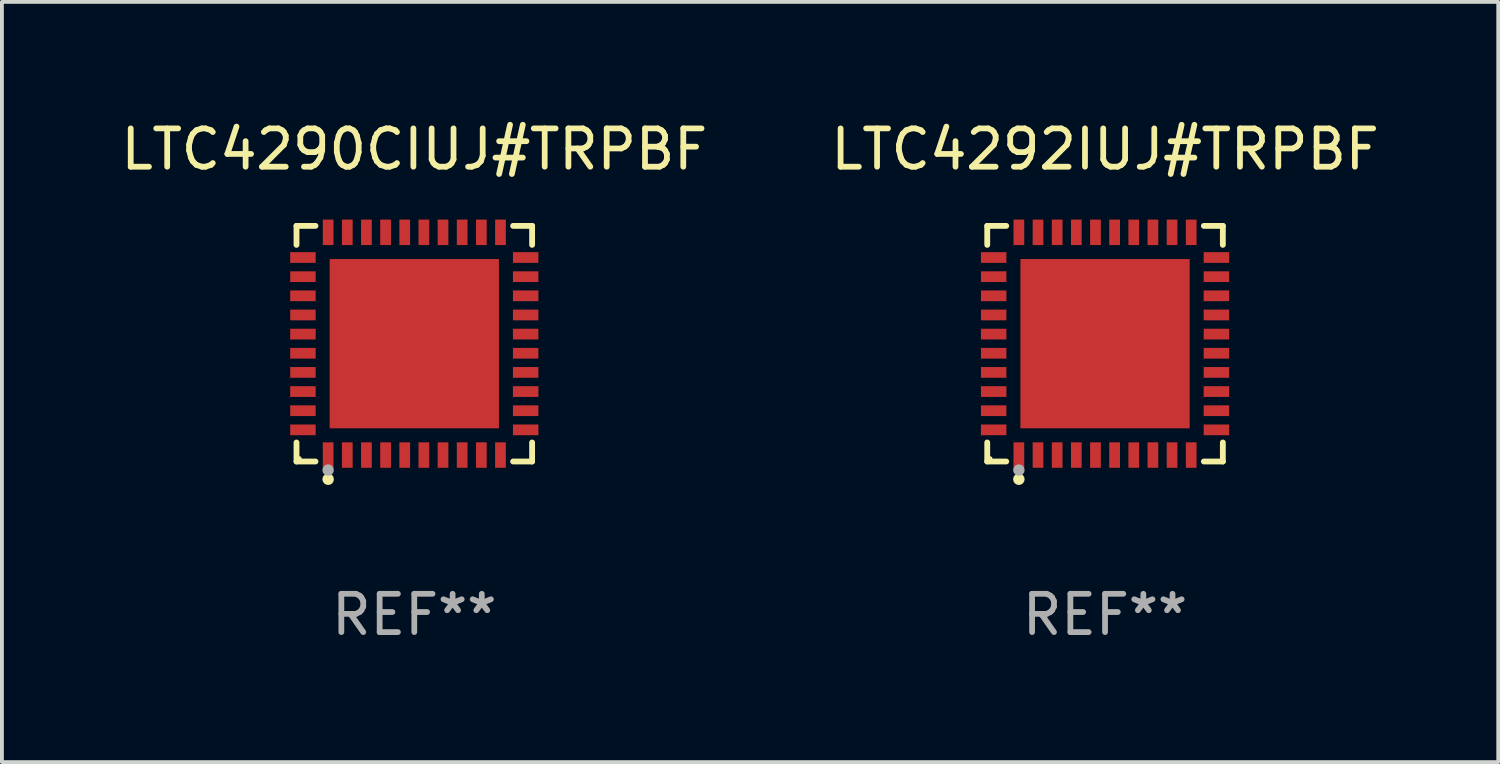
<source format=kicad_pcb>
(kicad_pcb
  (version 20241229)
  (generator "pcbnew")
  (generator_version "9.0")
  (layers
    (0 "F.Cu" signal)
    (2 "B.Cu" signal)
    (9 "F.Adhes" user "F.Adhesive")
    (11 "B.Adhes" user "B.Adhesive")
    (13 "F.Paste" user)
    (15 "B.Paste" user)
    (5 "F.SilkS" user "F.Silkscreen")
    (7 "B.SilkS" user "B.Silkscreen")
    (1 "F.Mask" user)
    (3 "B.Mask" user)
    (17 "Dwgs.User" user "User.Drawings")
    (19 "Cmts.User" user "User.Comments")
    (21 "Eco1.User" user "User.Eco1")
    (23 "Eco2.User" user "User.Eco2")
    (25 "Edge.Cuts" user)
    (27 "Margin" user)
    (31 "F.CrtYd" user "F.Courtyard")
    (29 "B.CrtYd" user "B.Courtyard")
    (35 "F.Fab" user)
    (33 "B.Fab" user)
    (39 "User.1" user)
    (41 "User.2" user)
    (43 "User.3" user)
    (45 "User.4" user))
  (footprint "LTC4290CIUJ#TRPBF"
    (layer "F.Cu")
    (at 7.768 5.924)
    (property "Reference" "LTC4290CIUJ#TRPBF" (at 0 -5.076 0) (layer "F.SilkS") (effects (font (size 1 1) (thickness 0.15))))
    (attr through_hole)
    (fp_line (start -3.076 -3.076) (end -2.58 -3.076) (stroke (width 0.152) (type solid)) (layer "F.SilkS"))
    (fp_line (start -3.076 -2.58) (end -3.076 -3.076) (stroke (width 0.152) (type solid)) (layer "F.SilkS"))
    (fp_line (start -3.076 2.58) (end -3.076 3.076) (stroke (width 0.152) (type solid)) (layer "F.SilkS"))
    (fp_line (start -3.076 3.076) (end -2.58 3.076) (stroke (width 0.152) (type solid)) (layer "F.SilkS"))
    (fp_line (start 3.076 -3.076) (end 2.58 -3.076) (stroke (width 0.152) (type solid)) (layer "F.SilkS"))
    (fp_line (start 3.076 -2.58) (end 3.076 -3.076) (stroke (width 0.152) (type solid)) (layer "F.SilkS"))
    (fp_line (start 3.076 2.58) (end 3.076 3.076) (stroke (width 0.152) (type solid)) (layer "F.SilkS"))
    (fp_line (start 3.076 3.076) (end 2.58 3.076) (stroke (width 0.152) (type solid)) (layer "F.SilkS"))
    (fp_circle (center -3 3) (end -2.97 3) (stroke (width 0.06) (type solid)) (fill no) (layer "F.SilkS"))
    (fp_circle (center -2.25 3.54) (end -2.175 3.54) (stroke (width 0.15) (type solid)) (fill no) (layer "F.SilkS"))
    (fp_circle (center -2.25 3.3) (end -2.175 3.3) (stroke (width 0.15) (type solid)) (fill no) (layer "F.Fab"))
    (fp_text user "REF**" (at 0 7.076 0) (layer "F.Fab") (effects (font (size 1 1) (thickness 0.15))))
    (pad "1" smd rect (at -2.25 2.908) (size 0.28 0.665) (layers "F.Cu" "F.Mask" "F.Paste"))
    (pad "2" smd rect (at -1.75 2.908) (size 0.28 0.665) (layers "F.Cu" "F.Mask" "F.Paste"))
    (pad "3" smd rect (at -1.25 2.908) (size 0.28 0.665) (layers "F.Cu" "F.Mask" "F.Paste"))
    (pad "4" smd rect (at -0.75 2.908) (size 0.28 0.665) (layers "F.Cu" "F.Mask" "F.Paste"))
    (pad "5" smd rect (at -0.25 2.908) (size 0.28 0.665) (layers "F.Cu" "F.Mask" "F.Paste"))
    (pad "6" smd rect (at 0.25 2.908) (size 0.28 0.665) (layers "F.Cu" "F.Mask" "F.Paste"))
    (pad "7" smd rect (at 0.75 2.908) (size 0.28 0.665) (layers "F.Cu" "F.Mask" "F.Paste"))
    (pad "8" smd rect (at 1.25 2.908) (size 0.28 0.665) (layers "F.Cu" "F.Mask" "F.Paste"))
    (pad "9" smd rect (at 1.75 2.908) (size 0.28 0.665) (layers "F.Cu" "F.Mask" "F.Paste"))
    (pad "10" smd rect (at 2.25 2.908) (size 0.28 0.665) (layers "F.Cu" "F.Mask" "F.Paste"))
    (pad "11" smd rect (at 2.908 2.25) (size 0.665 0.28) (layers "F.Cu" "F.Mask" "F.Paste"))
    (pad "12" smd rect (at 2.908 1.75) (size 0.665 0.28) (layers "F.Cu" "F.Mask" "F.Paste"))
    (pad "13" smd rect (at 2.908 1.25) (size 0.665 0.28) (layers "F.Cu" "F.Mask" "F.Paste"))
    (pad "14" smd rect (at 2.908 0.75) (size 0.665 0.28) (layers "F.Cu" "F.Mask" "F.Paste"))
    (pad "15" smd rect (at 2.908 0.25) (size 0.665 0.28) (layers "F.Cu" "F.Mask" "F.Paste"))
    (pad "16" smd rect (at 2.908 -0.25) (size 0.665 0.28) (layers "F.Cu" "F.Mask" "F.Paste"))
    (pad "17" smd rect (at 2.908 -0.75) (size 0.665 0.28) (layers "F.Cu" "F.Mask" "F.Paste"))
    (pad "18" smd rect (at 2.908 -1.25) (size 0.665 0.28) (layers "F.Cu" "F.Mask" "F.Paste"))
    (pad "19" smd rect (at 2.908 -1.75) (size 0.665 0.28) (layers "F.Cu" "F.Mask" "F.Paste"))
    (pad "20" smd rect (at 2.908 -2.25) (size 0.665 0.28) (layers "F.Cu" "F.Mask" "F.Paste"))
    (pad "21" smd rect (at 2.25 -2.908) (size 0.28 0.665) (layers "F.Cu" "F.Mask" "F.Paste"))
    (pad "22" smd rect (at 1.75 -2.908) (size 0.28 0.665) (layers "F.Cu" "F.Mask" "F.Paste"))
    (pad "23" smd rect (at 1.25 -2.908) (size 0.28 0.665) (layers "F.Cu" "F.Mask" "F.Paste"))
    (pad "24" smd rect (at 0.75 -2.908) (size 0.28 0.665) (layers "F.Cu" "F.Mask" "F.Paste"))
    (pad "25" smd rect (at 0.25 -2.908) (size 0.28 0.665) (layers "F.Cu" "F.Mask" "F.Paste"))
    (pad "26" smd rect (at -0.25 -2.908) (size 0.28 0.665) (layers "F.Cu" "F.Mask" "F.Paste"))
    (pad "27" smd rect (at -0.75 -2.908) (size 0.28 0.665) (layers "F.Cu" "F.Mask" "F.Paste"))
    (pad "28" smd rect (at -1.25 -2.908) (size 0.28 0.665) (layers "F.Cu" "F.Mask" "F.Paste"))
    (pad "29" smd rect (at -1.75 -2.908) (size 0.28 0.665) (layers "F.Cu" "F.Mask" "F.Paste"))
    (pad "30" smd rect (at -2.25 -2.908) (size 0.28 0.665) (layers "F.Cu" "F.Mask" "F.Paste"))
    (pad "31" smd rect (at -2.908 -2.25) (size 0.665 0.28) (layers "F.Cu" "F.Mask" "F.Paste"))
    (pad "32" smd rect (at -2.908 -1.75) (size 0.665 0.28) (layers "F.Cu" "F.Mask" "F.Paste"))
    (pad "33" smd rect (at -2.908 -1.25) (size 0.665 0.28) (layers "F.Cu" "F.Mask" "F.Paste"))
    (pad "34" smd rect (at -2.908 -0.75) (size 0.665 0.28) (layers "F.Cu" "F.Mask" "F.Paste"))
    (pad "35" smd rect (at -2.908 -0.25) (size 0.665 0.28) (layers "F.Cu" "F.Mask" "F.Paste"))
    (pad "36" smd rect (at -2.908 0.25) (size 0.665 0.28) (layers "F.Cu" "F.Mask" "F.Paste"))
    (pad "37" smd rect (at -2.908 0.75) (size 0.665 0.28) (layers "F.Cu" "F.Mask" "F.Paste"))
    (pad "38" smd rect (at -2.908 1.25) (size 0.665 0.28) (layers "F.Cu" "F.Mask" "F.Paste"))
    (pad "39" smd rect (at -2.908 1.75) (size 0.665 0.28) (layers "F.Cu" "F.Mask" "F.Paste"))
    (pad "40" smd rect (at -2.908 2.25) (size 0.665 0.28) (layers "F.Cu" "F.Mask" "F.Paste"))
    (pad "41" smd rect (at 0 0) (size 4.42 4.42) (layers "F.Cu" "F.Mask" "F.Paste")))
  (footprint "LTC4292IUJ#TRPBF"
    (layer "F.Cu")
    (at 25.804 5.924)
    (property "Reference" "LTC4292IUJ#TRPBF" (at 0 -5.076 0) (layer "F.SilkS") (effects (font (size 1 1) (thickness 0.15))))
    (attr through_hole)
    (fp_line (start -3.076 -3.076) (end -2.58 -3.076) (stroke (width 0.152) (type solid)) (layer "F.SilkS"))
    (fp_line (start -3.076 -2.58) (end -3.076 -3.076) (stroke (width 0.152) (type solid)) (layer "F.SilkS"))
    (fp_line (start -3.076 2.58) (end -3.076 3.076) (stroke (width 0.152) (type solid)) (layer "F.SilkS"))
    (fp_line (start -3.076 3.076) (end -2.58 3.076) (stroke (width 0.152) (type solid)) (layer "F.SilkS"))
    (fp_line (start 3.076 -3.076) (end 2.58 -3.076) (stroke (width 0.152) (type solid)) (layer "F.SilkS"))
    (fp_line (start 3.076 -2.58) (end 3.076 -3.076) (stroke (width 0.152) (type solid)) (layer "F.SilkS"))
    (fp_line (start 3.076 2.58) (end 3.076 3.076) (stroke (width 0.152) (type solid)) (layer "F.SilkS"))
    (fp_line (start 3.076 3.076) (end 2.58 3.076) (stroke (width 0.152) (type solid)) (layer "F.SilkS"))
    (fp_circle (center -3 3) (end -2.97 3) (stroke (width 0.06) (type solid)) (fill no) (layer "F.SilkS"))
    (fp_circle (center -2.25 3.54) (end -2.175 3.54) (stroke (width 0.15) (type solid)) (fill no) (layer "F.SilkS"))
    (fp_circle (center -2.25 3.3) (end -2.175 3.3) (stroke (width 0.15) (type solid)) (fill no) (layer "F.Fab"))
    (fp_text user "REF**" (at 0 7.076 0) (layer "F.Fab") (effects (font (size 1 1) (thickness 0.15))))
    (pad "1" smd rect (at -2.25 2.908) (size 0.28 0.665) (layers "F.Cu" "F.Mask" "F.Paste"))
    (pad "2" smd rect (at -1.75 2.908) (size 0.28 0.665) (layers "F.Cu" "F.Mask" "F.Paste"))
    (pad "3" smd rect (at -1.25 2.908) (size 0.28 0.665) (layers "F.Cu" "F.Mask" "F.Paste"))
    (pad "4" smd rect (at -0.75 2.908) (size 0.28 0.665) (layers "F.Cu" "F.Mask" "F.Paste"))
    (pad "5" smd rect (at -0.25 2.908) (size 0.28 0.665) (layers "F.Cu" "F.Mask" "F.Paste"))
    (pad "6" smd rect (at 0.25 2.908) (size 0.28 0.665) (layers "F.Cu" "F.Mask" "F.Paste"))
    (pad "7" smd rect (at 0.75 2.908) (size 0.28 0.665) (layers "F.Cu" "F.Mask" "F.Paste"))
    (pad "8" smd rect (at 1.25 2.908) (size 0.28 0.665) (layers "F.Cu" "F.Mask" "F.Paste"))
    (pad "9" smd rect (at 1.75 2.908) (size 0.28 0.665) (layers "F.Cu" "F.Mask" "F.Paste"))
    (pad "10" smd rect (at 2.25 2.908) (size 0.28 0.665) (layers "F.Cu" "F.Mask" "F.Paste"))
    (pad "11" smd rect (at 2.908 2.25) (size 0.665 0.28) (layers "F.Cu" "F.Mask" "F.Paste"))
    (pad "12" smd rect (at 2.908 1.75) (size 0.665 0.28) (layers "F.Cu" "F.Mask" "F.Paste"))
    (pad "13" smd rect (at 2.908 1.25) (size 0.665 0.28) (layers "F.Cu" "F.Mask" "F.Paste"))
    (pad "14" smd rect (at 2.908 0.75) (size 0.665 0.28) (layers "F.Cu" "F.Mask" "F.Paste"))
    (pad "15" smd rect (at 2.908 0.25) (size 0.665 0.28) (layers "F.Cu" "F.Mask" "F.Paste"))
    (pad "16" smd rect (at 2.908 -0.25) (size 0.665 0.28) (layers "F.Cu" "F.Mask" "F.Paste"))
    (pad "17" smd rect (at 2.908 -0.75) (size 0.665 0.28) (layers "F.Cu" "F.Mask" "F.Paste"))
    (pad "18" smd rect (at 2.908 -1.25) (size 0.665 0.28) (layers "F.Cu" "F.Mask" "F.Paste"))
    (pad "19" smd rect (at 2.908 -1.75) (size 0.665 0.28) (layers "F.Cu" "F.Mask" "F.Paste"))
    (pad "20" smd rect (at 2.908 -2.25) (size 0.665 0.28) (layers "F.Cu" "F.Mask" "F.Paste"))
    (pad "21" smd rect (at 2.25 -2.908) (size 0.28 0.665) (layers "F.Cu" "F.Mask" "F.Paste"))
    (pad "22" smd rect (at 1.75 -2.908) (size 0.28 0.665) (layers "F.Cu" "F.Mask" "F.Paste"))
    (pad "23" smd rect (at 1.25 -2.908) (size 0.28 0.665) (layers "F.Cu" "F.Mask" "F.Paste"))
    (pad "24" smd rect (at 0.75 -2.908) (size 0.28 0.665) (layers "F.Cu" "F.Mask" "F.Paste"))
    (pad "25" smd rect (at 0.25 -2.908) (size 0.28 0.665) (layers "F.Cu" "F.Mask" "F.Paste"))
    (pad "26" smd rect (at -0.25 -2.908) (size 0.28 0.665) (layers "F.Cu" "F.Mask" "F.Paste"))
    (pad "27" smd rect (at -0.75 -2.908) (size 0.28 0.665) (layers "F.Cu" "F.Mask" "F.Paste"))
    (pad "28" smd rect (at -1.25 -2.908) (size 0.28 0.665) (layers "F.Cu" "F.Mask" "F.Paste"))
    (pad "29" smd rect (at -1.75 -2.908) (size 0.28 0.665) (layers "F.Cu" "F.Mask" "F.Paste"))
    (pad "30" smd rect (at -2.25 -2.908) (size 0.28 0.665) (layers "F.Cu" "F.Mask" "F.Paste"))
    (pad "31" smd rect (at -2.908 -2.25) (size 0.665 0.28) (layers "F.Cu" "F.Mask" "F.Paste"))
    (pad "32" smd rect (at -2.908 -1.75) (size 0.665 0.28) (layers "F.Cu" "F.Mask" "F.Paste"))
    (pad "33" smd rect (at -2.908 -1.25) (size 0.665 0.28) (layers "F.Cu" "F.Mask" "F.Paste"))
    (pad "34" smd rect (at -2.908 -0.75) (size 0.665 0.28) (layers "F.Cu" "F.Mask" "F.Paste"))
    (pad "35" smd rect (at -2.908 -0.25) (size 0.665 0.28) (layers "F.Cu" "F.Mask" "F.Paste"))
    (pad "36" smd rect (at -2.908 0.25) (size 0.665 0.28) (layers "F.Cu" "F.Mask" "F.Paste"))
    (pad "37" smd rect (at -2.908 0.75) (size 0.665 0.28) (layers "F.Cu" "F.Mask" "F.Paste"))
    (pad "38" smd rect (at -2.908 1.25) (size 0.665 0.28) (layers "F.Cu" "F.Mask" "F.Paste"))
    (pad "39" smd rect (at -2.908 1.75) (size 0.665 0.28) (layers "F.Cu" "F.Mask" "F.Paste"))
    (pad "40" smd rect (at -2.908 2.25) (size 0.665 0.28) (layers "F.Cu" "F.Mask" "F.Paste"))
    (pad "41" smd rect (at 0 0) (size 4.42 4.42) (layers "F.Cu" "F.Mask" "F.Paste")))
  (gr_rect
    (start -3 -3)
    (end 36.071 16.849)
    (stroke (width 0.1) (type default))
    (fill no)
    (layer "Edge.Cuts")))
</source>
